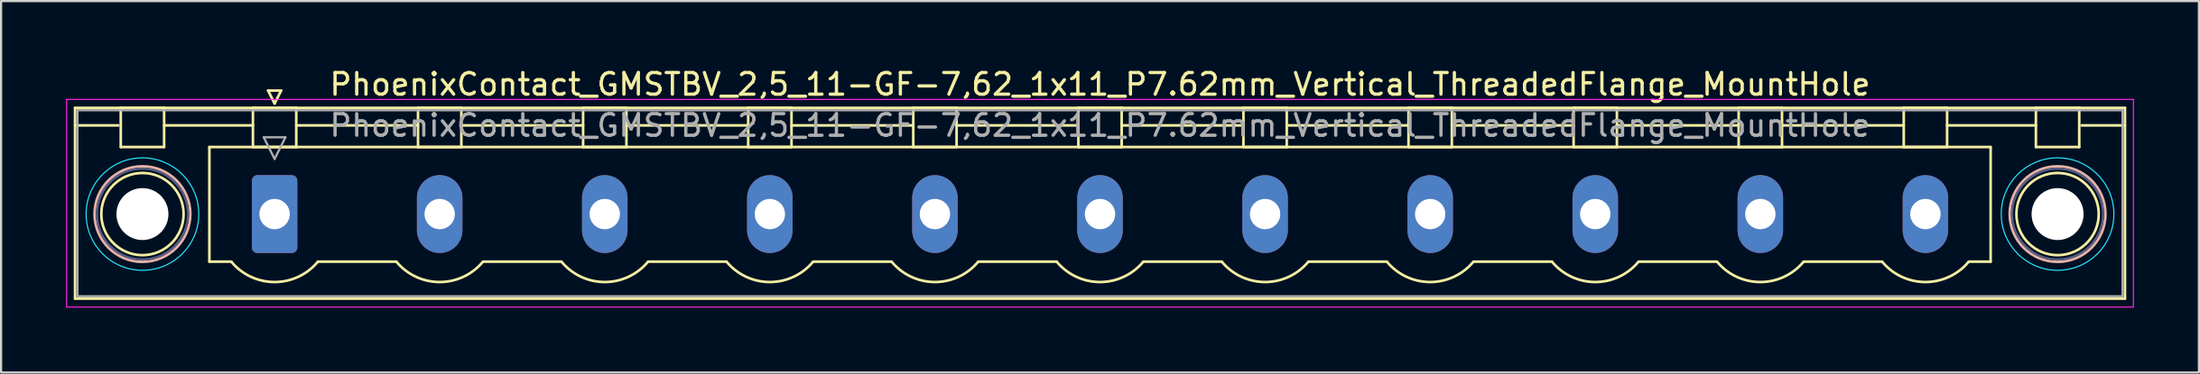
<source format=kicad_pcb>
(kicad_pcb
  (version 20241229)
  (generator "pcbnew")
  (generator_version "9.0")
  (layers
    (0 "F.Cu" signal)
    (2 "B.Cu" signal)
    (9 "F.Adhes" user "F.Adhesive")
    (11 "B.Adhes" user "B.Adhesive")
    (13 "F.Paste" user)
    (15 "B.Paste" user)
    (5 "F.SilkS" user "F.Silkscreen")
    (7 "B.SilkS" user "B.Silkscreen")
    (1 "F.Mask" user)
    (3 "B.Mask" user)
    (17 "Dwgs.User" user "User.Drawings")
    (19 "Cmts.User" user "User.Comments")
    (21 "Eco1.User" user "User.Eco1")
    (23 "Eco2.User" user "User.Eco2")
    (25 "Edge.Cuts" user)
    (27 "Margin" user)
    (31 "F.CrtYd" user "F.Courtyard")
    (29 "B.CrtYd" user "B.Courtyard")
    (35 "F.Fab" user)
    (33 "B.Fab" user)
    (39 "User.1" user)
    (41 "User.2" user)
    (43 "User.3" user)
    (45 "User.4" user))
  (footprint "PhoenixContact_GMSTBV_2,5_11-GF-7,62_1x11_P7.62mm_Vertical_ThreadedFlange_MountHole"
    (layer "F.Cu")
    (at 9.625 6.848)
    (property "Reference" "PhoenixContact_GMSTBV_2,5_11-GF-7,62_1x11_P7.62mm_Vertical_ThreadedFlange_MountHole" (at 38.1 -6 0) (layer "F.SilkS") (effects (font (size 1 1) (thickness 0.15))))
    (attr through_hole)
    (fp_line (start -9.21 -4.91) (end -9.21 3.91) (stroke (width 0.12) (type solid)) (layer "F.SilkS"))
    (fp_line (start -9.21 -4.1) (end -7.21 -4.1) (stroke (width 0.12) (type solid)) (layer "F.SilkS"))
    (fp_line (start -9.21 3.91) (end 85.41 3.91) (stroke (width 0.12) (type solid)) (layer "F.SilkS"))
    (fp_line (start -7.1 -4.91) (end -5.1 -4.91) (stroke (width 0.12) (type solid)) (layer "F.SilkS"))
    (fp_line (start -7.1 -3.1) (end -7.1 -4.91) (stroke (width 0.12) (type solid)) (layer "F.SilkS"))
    (fp_line (start -5.1 -4.91) (end -5.1 -3.1) (stroke (width 0.12) (type solid)) (layer "F.SilkS"))
    (fp_line (start -5.1 -4.1) (end -1 -4.1) (stroke (width 0.12) (type solid)) (layer "F.SilkS"))
    (fp_line (start -5.1 -3.1) (end -7.1 -3.1) (stroke (width 0.12) (type solid)) (layer "F.SilkS"))
    (fp_line (start -3.01 -3.1) (end 79.21 -3.1) (stroke (width 0.12) (type solid)) (layer "F.SilkS"))
    (fp_line (start -3.01 2.2) (end -3.01 -3.1) (stroke (width 0.12) (type solid)) (layer "F.SilkS"))
    (fp_line (start -2 2.2) (end -3.01 2.2) (stroke (width 0.12) (type solid)) (layer "F.SilkS"))
    (fp_line (start -1 -4.91) (end 1 -4.91) (stroke (width 0.12) (type solid)) (layer "F.SilkS"))
    (fp_line (start -1 -3.1) (end -1 -4.91) (stroke (width 0.12) (type solid)) (layer "F.SilkS"))
    (fp_line (start -0.3 -5.71) (end 0.3 -5.71) (stroke (width 0.12) (type solid)) (layer "F.SilkS"))
    (fp_line (start 0 -5.11) (end -0.3 -5.71) (stroke (width 0.12) (type solid)) (layer "F.SilkS"))
    (fp_line (start 0.3 -5.71) (end 0 -5.11) (stroke (width 0.12) (type solid)) (layer "F.SilkS"))
    (fp_line (start 1 -4.91) (end 1 -3.1) (stroke (width 0.12) (type solid)) (layer "F.SilkS"))
    (fp_line (start 1 -4.1) (end 6.62 -4.1) (stroke (width 0.12) (type solid)) (layer "F.SilkS"))
    (fp_line (start 1 -3.1) (end -1 -3.1) (stroke (width 0.12) (type solid)) (layer "F.SilkS"))
    (fp_line (start 2 2.2) (end 5.62 2.2) (stroke (width 0.12) (type solid)) (layer "F.SilkS"))
    (fp_line (start 6.62 -4.91) (end 8.62 -4.91) (stroke (width 0.12) (type solid)) (layer "F.SilkS"))
    (fp_line (start 6.62 -3.1) (end 6.62 -4.91) (stroke (width 0.12) (type solid)) (layer "F.SilkS"))
    (fp_line (start 8.62 -4.91) (end 8.62 -3.1) (stroke (width 0.12) (type solid)) (layer "F.SilkS"))
    (fp_line (start 8.62 -4.1) (end 14.24 -4.1) (stroke (width 0.12) (type solid)) (layer "F.SilkS"))
    (fp_line (start 8.62 -3.1) (end 6.62 -3.1) (stroke (width 0.12) (type solid)) (layer "F.SilkS"))
    (fp_line (start 9.62 2.2) (end 13.24 2.2) (stroke (width 0.12) (type solid)) (layer "F.SilkS"))
    (fp_line (start 14.24 -4.91) (end 16.24 -4.91) (stroke (width 0.12) (type solid)) (layer "F.SilkS"))
    (fp_line (start 14.24 -3.1) (end 14.24 -4.91) (stroke (width 0.12) (type solid)) (layer "F.SilkS"))
    (fp_line (start 16.24 -4.91) (end 16.24 -3.1) (stroke (width 0.12) (type solid)) (layer "F.SilkS"))
    (fp_line (start 16.24 -4.1) (end 21.86 -4.1) (stroke (width 0.12) (type solid)) (layer "F.SilkS"))
    (fp_line (start 16.24 -3.1) (end 14.24 -3.1) (stroke (width 0.12) (type solid)) (layer "F.SilkS"))
    (fp_line (start 17.24 2.2) (end 20.86 2.2) (stroke (width 0.12) (type solid)) (layer "F.SilkS"))
    (fp_line (start 21.86 -4.91) (end 23.86 -4.91) (stroke (width 0.12) (type solid)) (layer "F.SilkS"))
    (fp_line (start 21.86 -3.1) (end 21.86 -4.91) (stroke (width 0.12) (type solid)) (layer "F.SilkS"))
    (fp_line (start 23.86 -4.91) (end 23.86 -3.1) (stroke (width 0.12) (type solid)) (layer "F.SilkS"))
    (fp_line (start 23.86 -4.1) (end 29.48 -4.1) (stroke (width 0.12) (type solid)) (layer "F.SilkS"))
    (fp_line (start 23.86 -3.1) (end 21.86 -3.1) (stroke (width 0.12) (type solid)) (layer "F.SilkS"))
    (fp_line (start 24.86 2.2) (end 28.48 2.2) (stroke (width 0.12) (type solid)) (layer "F.SilkS"))
    (fp_line (start 29.48 -4.91) (end 31.48 -4.91) (stroke (width 0.12) (type solid)) (layer "F.SilkS"))
    (fp_line (start 29.48 -3.1) (end 29.48 -4.91) (stroke (width 0.12) (type solid)) (layer "F.SilkS"))
    (fp_line (start 31.48 -4.91) (end 31.48 -3.1) (stroke (width 0.12) (type solid)) (layer "F.SilkS"))
    (fp_line (start 31.48 -4.1) (end 37.1 -4.1) (stroke (width 0.12) (type solid)) (layer "F.SilkS"))
    (fp_line (start 31.48 -3.1) (end 29.48 -3.1) (stroke (width 0.12) (type solid)) (layer "F.SilkS"))
    (fp_line (start 32.48 2.2) (end 36.1 2.2) (stroke (width 0.12) (type solid)) (layer "F.SilkS"))
    (fp_line (start 37.1 -4.91) (end 39.1 -4.91) (stroke (width 0.12) (type solid)) (layer "F.SilkS"))
    (fp_line (start 37.1 -3.1) (end 37.1 -4.91) (stroke (width 0.12) (type solid)) (layer "F.SilkS"))
    (fp_line (start 39.1 -4.91) (end 39.1 -3.1) (stroke (width 0.12) (type solid)) (layer "F.SilkS"))
    (fp_line (start 39.1 -4.1) (end 44.72 -4.1) (stroke (width 0.12) (type solid)) (layer "F.SilkS"))
    (fp_line (start 39.1 -3.1) (end 37.1 -3.1) (stroke (width 0.12) (type solid)) (layer "F.SilkS"))
    (fp_line (start 40.1 2.2) (end 43.72 2.2) (stroke (width 0.12) (type solid)) (layer "F.SilkS"))
    (fp_line (start 44.72 -4.91) (end 46.72 -4.91) (stroke (width 0.12) (type solid)) (layer "F.SilkS"))
    (fp_line (start 44.72 -3.1) (end 44.72 -4.91) (stroke (width 0.12) (type solid)) (layer "F.SilkS"))
    (fp_line (start 46.72 -4.91) (end 46.72 -3.1) (stroke (width 0.12) (type solid)) (layer "F.SilkS"))
    (fp_line (start 46.72 -4.1) (end 52.34 -4.1) (stroke (width 0.12) (type solid)) (layer "F.SilkS"))
    (fp_line (start 46.72 -3.1) (end 44.72 -3.1) (stroke (width 0.12) (type solid)) (layer "F.SilkS"))
    (fp_line (start 47.72 2.2) (end 51.34 2.2) (stroke (width 0.12) (type solid)) (layer "F.SilkS"))
    (fp_line (start 52.34 -4.91) (end 54.34 -4.91) (stroke (width 0.12) (type solid)) (layer "F.SilkS"))
    (fp_line (start 52.34 -3.1) (end 52.34 -4.91) (stroke (width 0.12) (type solid)) (layer "F.SilkS"))
    (fp_line (start 54.34 -4.91) (end 54.34 -3.1) (stroke (width 0.12) (type solid)) (layer "F.SilkS"))
    (fp_line (start 54.34 -4.1) (end 59.96 -4.1) (stroke (width 0.12) (type solid)) (layer "F.SilkS"))
    (fp_line (start 54.34 -3.1) (end 52.34 -3.1) (stroke (width 0.12) (type solid)) (layer "F.SilkS"))
    (fp_line (start 55.34 2.2) (end 58.96 2.2) (stroke (width 0.12) (type solid)) (layer "F.SilkS"))
    (fp_line (start 59.96 -4.91) (end 61.96 -4.91) (stroke (width 0.12) (type solid)) (layer "F.SilkS"))
    (fp_line (start 59.96 -3.1) (end 59.96 -4.91) (stroke (width 0.12) (type solid)) (layer "F.SilkS"))
    (fp_line (start 61.96 -4.91) (end 61.96 -3.1) (stroke (width 0.12) (type solid)) (layer "F.SilkS"))
    (fp_line (start 61.96 -4.1) (end 67.58 -4.1) (stroke (width 0.12) (type solid)) (layer "F.SilkS"))
    (fp_line (start 61.96 -3.1) (end 59.96 -3.1) (stroke (width 0.12) (type solid)) (layer "F.SilkS"))
    (fp_line (start 62.96 2.2) (end 66.58 2.2) (stroke (width 0.12) (type solid)) (layer "F.SilkS"))
    (fp_line (start 67.58 -4.91) (end 69.58 -4.91) (stroke (width 0.12) (type solid)) (layer "F.SilkS"))
    (fp_line (start 67.58 -3.1) (end 67.58 -4.91) (stroke (width 0.12) (type solid)) (layer "F.SilkS"))
    (fp_line (start 69.58 -4.91) (end 69.58 -3.1) (stroke (width 0.12) (type solid)) (layer "F.SilkS"))
    (fp_line (start 69.58 -4.1) (end 75.2 -4.1) (stroke (width 0.12) (type solid)) (layer "F.SilkS"))
    (fp_line (start 69.58 -3.1) (end 67.58 -3.1) (stroke (width 0.12) (type solid)) (layer "F.SilkS"))
    (fp_line (start 70.58 2.2) (end 74.2 2.2) (stroke (width 0.12) (type solid)) (layer "F.SilkS"))
    (fp_line (start 75.2 -4.91) (end 77.2 -4.91) (stroke (width 0.12) (type solid)) (layer "F.SilkS"))
    (fp_line (start 75.2 -3.1) (end 75.2 -4.91) (stroke (width 0.12) (type solid)) (layer "F.SilkS"))
    (fp_line (start 77.2 -4.91) (end 77.2 -3.1) (stroke (width 0.12) (type solid)) (layer "F.SilkS"))
    (fp_line (start 77.2 -4.1) (end 81.3 -4.1) (stroke (width 0.12) (type solid)) (layer "F.SilkS"))
    (fp_line (start 77.2 -3.1) (end 75.2 -3.1) (stroke (width 0.12) (type solid)) (layer "F.SilkS"))
    (fp_line (start 79.21 -3.1) (end 79.21 2.2) (stroke (width 0.12) (type solid)) (layer "F.SilkS"))
    (fp_line (start 79.21 2.2) (end 78.2 2.2) (stroke (width 0.12) (type solid)) (layer "F.SilkS"))
    (fp_line (start 81.3 -4.91) (end 83.3 -4.91) (stroke (width 0.12) (type solid)) (layer "F.SilkS"))
    (fp_line (start 81.3 -3.1) (end 81.3 -4.91) (stroke (width 0.12) (type solid)) (layer "F.SilkS"))
    (fp_line (start 83.3 -4.91) (end 83.3 -3.1) (stroke (width 0.12) (type solid)) (layer "F.SilkS"))
    (fp_line (start 83.3 -3.1) (end 81.3 -3.1) (stroke (width 0.12) (type solid)) (layer "F.SilkS"))
    (fp_line (start 85.41 -4.91) (end -9.21 -4.91) (stroke (width 0.12) (type solid)) (layer "F.SilkS"))
    (fp_line (start 85.41 -4.1) (end 83.41 -4.1) (stroke (width 0.12) (type solid)) (layer "F.SilkS"))
    (fp_line (start 85.41 3.91) (end 85.41 -4.91) (stroke (width 0.12) (type solid)) (layer "F.SilkS"))
    (fp_arc (start 1.986842 2.215821) (mid -0.010289 3.142758) (end -2 2.2) (stroke (width 0.12) (type solid)) (layer "F.SilkS"))
    (fp_arc (start 9.606842 2.215821) (mid 7.609711 3.142758) (end 5.62 2.2) (stroke (width 0.12) (type solid)) (layer "F.SilkS"))
    (fp_arc (start 17.226842 2.215821) (mid 15.229711 3.142758) (end 13.24 2.2) (stroke (width 0.12) (type solid)) (layer "F.SilkS"))
    (fp_arc (start 24.846842 2.215821) (mid 22.849711 3.142758) (end 20.86 2.2) (stroke (width 0.12) (type solid)) (layer "F.SilkS"))
    (fp_arc (start 32.466842 2.215821) (mid 30.469711 3.142758) (end 28.48 2.2) (stroke (width 0.12) (type solid)) (layer "F.SilkS"))
    (fp_arc (start 40.086842 2.215821) (mid 38.089711 3.142758) (end 36.1 2.2) (stroke (width 0.12) (type solid)) (layer "F.SilkS"))
    (fp_arc (start 47.706842 2.215821) (mid 45.709711 3.142758) (end 43.72 2.2) (stroke (width 0.12) (type solid)) (layer "F.SilkS"))
    (fp_arc (start 55.326842 2.215821) (mid 53.329711 3.142758) (end 51.34 2.2) (stroke (width 0.12) (type solid)) (layer "F.SilkS"))
    (fp_arc (start 62.946842 2.215821) (mid 60.949711 3.142758) (end 58.96 2.2) (stroke (width 0.12) (type solid)) (layer "F.SilkS"))
    (fp_arc (start 70.566842 2.215821) (mid 68.569711 3.142758) (end 66.58 2.2) (stroke (width 0.12) (type solid)) (layer "F.SilkS"))
    (fp_arc (start 78.186842 2.215821) (mid 76.189711 3.142758) (end 74.2 2.2) (stroke (width 0.12) (type solid)) (layer "F.SilkS"))
    (fp_circle (center -6.1 0) (end -4.2 0) (stroke (width 0.12) (type solid)) (fill no) (layer "F.SilkS"))
    (fp_circle (center 82.3 0) (end 84.2 0) (stroke (width 0.12) (type solid)) (fill no) (layer "F.SilkS"))
    (fp_circle (center -6.1 0) (end -3.89 0) (stroke (width 0.12) (type solid)) (fill no) (layer "B.SilkS"))
    (fp_circle (center 82.3 0) (end 84.51 0) (stroke (width 0.12) (type solid)) (fill no) (layer "B.SilkS"))
    (fp_circle (center -6.1 0) (end -3.5 0) (stroke (width 0.05) (type solid)) (fill no) (layer "B.CrtYd"))
    (fp_circle (center 82.3 0) (end 84.9 0) (stroke (width 0.05) (type solid)) (fill no) (layer "B.CrtYd"))
    (fp_line (start -9.6 -5.3) (end -9.6 4.3) (stroke (width 0.05) (type solid)) (layer "F.CrtYd"))
    (fp_line (start -9.6 4.3) (end 85.8 4.3) (stroke (width 0.05) (type solid)) (layer "F.CrtYd"))
    (fp_line (start 85.8 -5.3) (end -9.6 -5.3) (stroke (width 0.05) (type solid)) (layer "F.CrtYd"))
    (fp_line (start 85.8 4.3) (end 85.8 -5.3) (stroke (width 0.05) (type solid)) (layer "F.CrtYd"))
    (fp_circle (center -6.1 0) (end -4 0) (stroke (width 0.1) (type solid)) (fill no) (layer "B.Fab"))
    (fp_circle (center 82.3 0) (end 84.4 0) (stroke (width 0.1) (type solid)) (fill no) (layer "B.Fab"))
    (fp_line (start -9.1 -4.8) (end -9.1 3.8) (stroke (width 0.1) (type solid)) (layer "F.Fab"))
    (fp_line (start -9.1 3.8) (end 85.3 3.8) (stroke (width 0.1) (type solid)) (layer "F.Fab"))
    (fp_line (start -0.5 -3.55) (end 0.5 -3.55) (stroke (width 0.1) (type solid)) (layer "F.Fab"))
    (fp_line (start 0 -2.55) (end -0.5 -3.55) (stroke (width 0.1) (type solid)) (layer "F.Fab"))
    (fp_line (start 0.5 -3.55) (end 0 -2.55) (stroke (width 0.1) (type solid)) (layer "F.Fab"))
    (fp_line (start 85.3 -4.8) (end -9.1 -4.8) (stroke (width 0.1) (type solid)) (layer "F.Fab"))
    (fp_line (start 85.3 3.8) (end 85.3 -4.8) (stroke (width 0.1) (type solid)) (layer "F.Fab"))
    (fp_text user "${REFERENCE}" (at 38.1 -4.1 0) (layer "F.Fab") (effects (font (size 1 1) (thickness 0.15))))
    (pad "" np_thru_hole circle (at -6.1 0) (size 2.4 2.4) (drill 2.4) (layers "*.Cu" "*.Mask"))
    (pad "" np_thru_hole circle (at 82.3 0) (size 2.4 2.4) (drill 2.4) (layers "*.Cu" "*.Mask"))
    (pad "1" thru_hole roundrect (at 0 0) (size 2.1 3.6) (drill 1.4) (layers "*.Cu" "*.Mask") (roundrect_rratio 0.119))
    (pad "2" thru_hole oval (at 7.62 0) (size 2.1 3.6) (drill 1.4) (layers "*.Cu" "*.Mask"))
    (pad "3" thru_hole oval (at 15.24 0) (size 2.1 3.6) (drill 1.4) (layers "*.Cu" "*.Mask"))
    (pad "4" thru_hole oval (at 22.86 0) (size 2.1 3.6) (drill 1.4) (layers "*.Cu" "*.Mask"))
    (pad "5" thru_hole oval (at 30.48 0) (size 2.1 3.6) (drill 1.4) (layers "*.Cu" "*.Mask"))
    (pad "6" thru_hole oval (at 38.1 0) (size 2.1 3.6) (drill 1.4) (layers "*.Cu" "*.Mask"))
    (pad "7" thru_hole oval (at 45.72 0) (size 2.1 3.6) (drill 1.4) (layers "*.Cu" "*.Mask"))
    (pad "8" thru_hole oval (at 53.34 0) (size 2.1 3.6) (drill 1.4) (layers "*.Cu" "*.Mask"))
    (pad "9" thru_hole oval (at 60.96 0) (size 2.1 3.6) (drill 1.4) (layers "*.Cu" "*.Mask"))
    (pad "10" thru_hole oval (at 68.58 0) (size 2.1 3.6) (drill 1.4) (layers "*.Cu" "*.Mask"))
    (pad "11" thru_hole oval (at 76.2 0) (size 2.1 3.6) (drill 1.4) (layers "*.Cu" "*.Mask")))
  (gr_rect
    (start -3 -3)
    (end 98.45 14.173)
    (stroke (width 0.1) (type default))
    (fill no)
    (layer "Edge.Cuts")))
</source>
